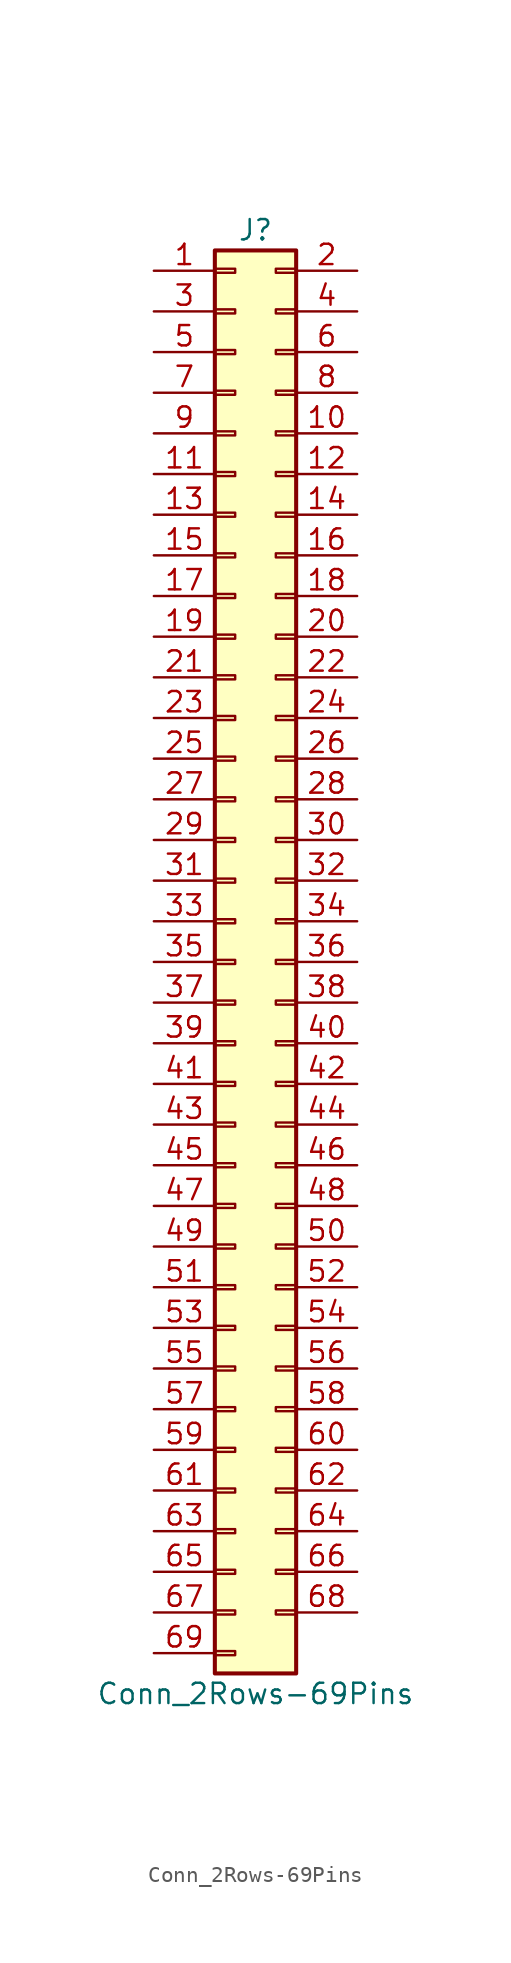
<source format=kicad_sym>
(kicad_symbol_lib
  (version 20211014)
  (generator kicad_symbol_editor)
  (symbol "Conn_2Rows-69Pins"
    (pin_names
      (offset 1.016) hide)
    (property "Reference" "J"
      (at 1.27 45.72 0)
      (effects (font (size 1.27 1.27))))
    (property "Value" "Conn_2Rows-69Pins"
      (at 1.27 -45.72 0)
      (effects (font (size 1.27 1.27))))
    (symbol "Conn_2Rows-69Pins_1_1"
      (rectangle (start -1.27 -43.053) (end 0 -43.307) (stroke (width 0.152) (type default) (color 0 0 0 0)) (fill (type none)))
      (rectangle (start -1.27 -40.513) (end 0 -40.767) (stroke (width 0.152) (type default) (color 0 0 0 0)) (fill (type none)))
      (rectangle (start -1.27 -37.973) (end 0 -38.227) (stroke (width 0.152) (type default) (color 0 0 0 0)) (fill (type none)))
      (rectangle (start -1.27 -35.433) (end 0 -35.687) (stroke (width 0.152) (type default) (color 0 0 0 0)) (fill (type none)))
      (rectangle (start -1.27 -32.893) (end 0 -33.147) (stroke (width 0.152) (type default) (color 0 0 0 0)) (fill (type none)))
      (rectangle (start -1.27 -30.353) (end 0 -30.607) (stroke (width 0.152) (type default) (color 0 0 0 0)) (fill (type none)))
      (rectangle (start -1.27 -27.813) (end 0 -28.067) (stroke (width 0.152) (type default) (color 0 0 0 0)) (fill (type none)))
      (rectangle (start -1.27 -25.273) (end 0 -25.527) (stroke (width 0.152) (type default) (color 0 0 0 0)) (fill (type none)))
      (rectangle (start -1.27 -22.733) (end 0 -22.987) (stroke (width 0.152) (type default) (color 0 0 0 0)) (fill (type none)))
      (rectangle (start -1.27 -20.193) (end 0 -20.447) (stroke (width 0.152) (type default) (color 0 0 0 0)) (fill (type none)))
      (rectangle (start -1.27 -17.653) (end 0 -17.907) (stroke (width 0.152) (type default) (color 0 0 0 0)) (fill (type none)))
      (rectangle (start -1.27 -15.113) (end 0 -15.367) (stroke (width 0.152) (type default) (color 0 0 0 0)) (fill (type none)))
      (rectangle (start -1.27 -12.573) (end 0 -12.827) (stroke (width 0.152) (type default) (color 0 0 0 0)) (fill (type none)))
      (rectangle (start -1.27 -10.033) (end 0 -10.287) (stroke (width 0.152) (type default) (color 0 0 0 0)) (fill (type none)))
      (rectangle (start -1.27 -7.493) (end 0 -7.747) (stroke (width 0.152) (type default) (color 0 0 0 0)) (fill (type none)))
      (rectangle (start -1.27 -4.953) (end 0 -5.207) (stroke (width 0.152) (type default) (color 0 0 0 0)) (fill (type none)))
      (rectangle (start -1.27 -2.413) (end 0 -2.667) (stroke (width 0.152) (type default) (color 0 0 0 0)) (fill (type none)))
      (rectangle (start -1.27 0.127) (end 0 -0.127) (stroke (width 0.152) (type default) (color 0 0 0 0)) (fill (type none)))
      (rectangle (start -1.27 2.667) (end 0 2.413) (stroke (width 0.152) (type default) (color 0 0 0 0)) (fill (type none)))
      (rectangle (start -1.27 5.207) (end 0 4.953) (stroke (width 0.152) (type default) (color 0 0 0 0)) (fill (type none)))
      (rectangle (start -1.27 7.747) (end 0 7.493) (stroke (width 0.152) (type default) (color 0 0 0 0)) (fill (type none)))
      (rectangle (start -1.27 10.287) (end 0 10.033) (stroke (width 0.152) (type default) (color 0 0 0 0)) (fill (type none)))
      (rectangle (start -1.27 12.827) (end 0 12.573) (stroke (width 0.152) (type default) (color 0 0 0 0)) (fill (type none)))
      (rectangle (start -1.27 15.367) (end 0 15.113) (stroke (width 0.152) (type default) (color 0 0 0 0)) (fill (type none)))
      (rectangle (start -1.27 17.907) (end 0 17.653) (stroke (width 0.152) (type default) (color 0 0 0 0)) (fill (type none)))
      (rectangle (start -1.27 20.447) (end 0 20.193) (stroke (width 0.152) (type default) (color 0 0 0 0)) (fill (type none)))
      (rectangle (start -1.27 22.987) (end 0 22.733) (stroke (width 0.152) (type default) (color 0 0 0 0)) (fill (type none)))
      (rectangle (start -1.27 25.527) (end 0 25.273) (stroke (width 0.152) (type default) (color 0 0 0 0)) (fill (type none)))
      (rectangle (start -1.27 28.067) (end 0 27.813) (stroke (width 0.152) (type default) (color 0 0 0 0)) (fill (type none)))
      (rectangle (start -1.27 30.607) (end 0 30.353) (stroke (width 0.152) (type default) (color 0 0 0 0)) (fill (type none)))
      (rectangle (start -1.27 33.147) (end 0 32.893) (stroke (width 0.152) (type default) (color 0 0 0 0)) (fill (type none)))
      (rectangle (start -1.27 35.687) (end 0 35.433) (stroke (width 0.152) (type default) (color 0 0 0 0)) (fill (type none)))
      (rectangle (start -1.27 38.227) (end 0 37.973) (stroke (width 0.152) (type default) (color 0 0 0 0)) (fill (type none)))
      (rectangle (start -1.27 40.767) (end 0 40.513) (stroke (width 0.152) (type default) (color 0 0 0 0)) (fill (type none)))
      (rectangle (start -1.27 43.307) (end 0 43.053) (stroke (width 0.152) (type default) (color 0 0 0 0)) (fill (type none)))
      (rectangle (start -1.27 44.45) (end 3.81 -44.45) (stroke (width 0.254) (type default) (color 0 0 0 0)) (fill (type background)))
      (rectangle (start 3.81 -40.513) (end 2.54 -40.767) (stroke (width 0.152) (type default) (color 0 0 0 0)) (fill (type none)))
      (rectangle (start 3.81 -37.973) (end 2.54 -38.227) (stroke (width 0.152) (type default) (color 0 0 0 0)) (fill (type none)))
      (rectangle (start 3.81 -35.433) (end 2.54 -35.687) (stroke (width 0.152) (type default) (color 0 0 0 0)) (fill (type none)))
      (rectangle (start 3.81 -32.893) (end 2.54 -33.147) (stroke (width 0.152) (type default) (color 0 0 0 0)) (fill (type none)))
      (rectangle (start 3.81 -30.353) (end 2.54 -30.607) (stroke (width 0.152) (type default) (color 0 0 0 0)) (fill (type none)))
      (rectangle (start 3.81 -27.813) (end 2.54 -28.067) (stroke (width 0.152) (type default) (color 0 0 0 0)) (fill (type none)))
      (rectangle (start 3.81 -25.273) (end 2.54 -25.527) (stroke (width 0.152) (type default) (color 0 0 0 0)) (fill (type none)))
      (rectangle (start 3.81 -22.733) (end 2.54 -22.987) (stroke (width 0.152) (type default) (color 0 0 0 0)) (fill (type none)))
      (rectangle (start 3.81 -20.193) (end 2.54 -20.447) (stroke (width 0.152) (type default) (color 0 0 0 0)) (fill (type none)))
      (rectangle (start 3.81 -17.653) (end 2.54 -17.907) (stroke (width 0.152) (type default) (color 0 0 0 0)) (fill (type none)))
      (rectangle (start 3.81 -15.113) (end 2.54 -15.367) (stroke (width 0.152) (type default) (color 0 0 0 0)) (fill (type none)))
      (rectangle (start 3.81 -12.573) (end 2.54 -12.827) (stroke (width 0.152) (type default) (color 0 0 0 0)) (fill (type none)))
      (rectangle (start 3.81 -10.033) (end 2.54 -10.287) (stroke (width 0.152) (type default) (color 0 0 0 0)) (fill (type none)))
      (rectangle (start 3.81 -7.493) (end 2.54 -7.747) (stroke (width 0.152) (type default) (color 0 0 0 0)) (fill (type none)))
      (rectangle (start 3.81 -4.953) (end 2.54 -5.207) (stroke (width 0.152) (type default) (color 0 0 0 0)) (fill (type none)))
      (rectangle (start 3.81 -2.413) (end 2.54 -2.667) (stroke (width 0.152) (type default) (color 0 0 0 0)) (fill (type none)))
      (rectangle (start 3.81 0.127) (end 2.54 -0.127) (stroke (width 0.152) (type default) (color 0 0 0 0)) (fill (type none)))
      (rectangle (start 3.81 2.667) (end 2.54 2.413) (stroke (width 0.152) (type default) (color 0 0 0 0)) (fill (type none)))
      (rectangle (start 3.81 5.207) (end 2.54 4.953) (stroke (width 0.152) (type default) (color 0 0 0 0)) (fill (type none)))
      (rectangle (start 3.81 7.747) (end 2.54 7.493) (stroke (width 0.152) (type default) (color 0 0 0 0)) (fill (type none)))
      (rectangle (start 3.81 10.287) (end 2.54 10.033) (stroke (width 0.152) (type default) (color 0 0 0 0)) (fill (type none)))
      (rectangle (start 3.81 12.827) (end 2.54 12.573) (stroke (width 0.152) (type default) (color 0 0 0 0)) (fill (type none)))
      (rectangle (start 3.81 15.367) (end 2.54 15.113) (stroke (width 0.152) (type default) (color 0 0 0 0)) (fill (type none)))
      (rectangle (start 3.81 17.907) (end 2.54 17.653) (stroke (width 0.152) (type default) (color 0 0 0 0)) (fill (type none)))
      (rectangle (start 3.81 20.447) (end 2.54 20.193) (stroke (width 0.152) (type default) (color 0 0 0 0)) (fill (type none)))
      (rectangle (start 3.81 22.987) (end 2.54 22.733) (stroke (width 0.152) (type default) (color 0 0 0 0)) (fill (type none)))
      (rectangle (start 3.81 25.527) (end 2.54 25.273) (stroke (width 0.152) (type default) (color 0 0 0 0)) (fill (type none)))
      (rectangle (start 3.81 28.067) (end 2.54 27.813) (stroke (width 0.152) (type default) (color 0 0 0 0)) (fill (type none)))
      (rectangle (start 3.81 30.607) (end 2.54 30.353) (stroke (width 0.152) (type default) (color 0 0 0 0)) (fill (type none)))
      (rectangle (start 3.81 33.147) (end 2.54 32.893) (stroke (width 0.152) (type default) (color 0 0 0 0)) (fill (type none)))
      (rectangle (start 3.81 35.687) (end 2.54 35.433) (stroke (width 0.152) (type default) (color 0 0 0 0)) (fill (type none)))
      (rectangle (start 3.81 38.227) (end 2.54 37.973) (stroke (width 0.152) (type default) (color 0 0 0 0)) (fill (type none)))
      (rectangle (start 3.81 40.767) (end 2.54 40.513) (stroke (width 0.152) (type default) (color 0 0 0 0)) (fill (type none)))
      (rectangle (start 3.81 43.307) (end 2.54 43.053) (stroke (width 0.152) (type default) (color 0 0 0 0)) (fill (type none)))
      (pin passive line (at -5.08 43.18 0) (length 3.81) (name "Pin_1" (effects (font (size 1.27 1.27)))) (number "1" (effects (font (size 1.27 1.27)))))
      (pin passive line (at 7.62 33.02 180) (length 3.81) (name "Pin_10" (effects (font (size 1.27 1.27)))) (number "10" (effects (font (size 1.27 1.27)))))
      (pin passive line (at -5.08 30.48 0) (length 3.81) (name "Pin_11" (effects (font (size 1.27 1.27)))) (number "11" (effects (font (size 1.27 1.27)))))
      (pin passive line (at 7.62 30.48 180) (length 3.81) (name "Pin_12" (effects (font (size 1.27 1.27)))) (number "12" (effects (font (size 1.27 1.27)))))
      (pin passive line (at -5.08 27.94 0) (length 3.81) (name "Pin_13" (effects (font (size 1.27 1.27)))) (number "13" (effects (font (size 1.27 1.27)))))
      (pin passive line (at 7.62 27.94 180) (length 3.81) (name "Pin_14" (effects (font (size 1.27 1.27)))) (number "14" (effects (font (size 1.27 1.27)))))
      (pin passive line (at -5.08 25.4 0) (length 3.81) (name "Pin_15" (effects (font (size 1.27 1.27)))) (number "15" (effects (font (size 1.27 1.27)))))
      (pin passive line (at 7.62 25.4 180) (length 3.81) (name "Pin_16" (effects (font (size 1.27 1.27)))) (number "16" (effects (font (size 1.27 1.27)))))
      (pin passive line (at -5.08 22.86 0) (length 3.81) (name "Pin_17" (effects (font (size 1.27 1.27)))) (number "17" (effects (font (size 1.27 1.27)))))
      (pin passive line (at 7.62 22.86 180) (length 3.81) (name "Pin_18" (effects (font (size 1.27 1.27)))) (number "18" (effects (font (size 1.27 1.27)))))
      (pin passive line (at -5.08 20.32 0) (length 3.81) (name "Pin_19" (effects (font (size 1.27 1.27)))) (number "19" (effects (font (size 1.27 1.27)))))
      (pin passive line (at 7.62 43.18 180) (length 3.81) (name "Pin_2" (effects (font (size 1.27 1.27)))) (number "2" (effects (font (size 1.27 1.27)))))
      (pin passive line (at 7.62 20.32 180) (length 3.81) (name "Pin_20" (effects (font (size 1.27 1.27)))) (number "20" (effects (font (size 1.27 1.27)))))
      (pin passive line (at -5.08 17.78 0) (length 3.81) (name "Pin_21" (effects (font (size 1.27 1.27)))) (number "21" (effects (font (size 1.27 1.27)))))
      (pin passive line (at 7.62 17.78 180) (length 3.81) (name "Pin_22" (effects (font (size 1.27 1.27)))) (number "22" (effects (font (size 1.27 1.27)))))
      (pin passive line (at -5.08 15.24 0) (length 3.81) (name "Pin_23" (effects (font (size 1.27 1.27)))) (number "23" (effects (font (size 1.27 1.27)))))
      (pin passive line (at 7.62 15.24 180) (length 3.81) (name "Pin_24" (effects (font (size 1.27 1.27)))) (number "24" (effects (font (size 1.27 1.27)))))
      (pin passive line (at -5.08 12.7 0) (length 3.81) (name "Pin_25" (effects (font (size 1.27 1.27)))) (number "25" (effects (font (size 1.27 1.27)))))
      (pin passive line (at 7.62 12.7 180) (length 3.81) (name "Pin_26" (effects (font (size 1.27 1.27)))) (number "26" (effects (font (size 1.27 1.27)))))
      (pin passive line (at -5.08 10.16 0) (length 3.81) (name "Pin_27" (effects (font (size 1.27 1.27)))) (number "27" (effects (font (size 1.27 1.27)))))
      (pin passive line (at 7.62 10.16 180) (length 3.81) (name "Pin_28" (effects (font (size 1.27 1.27)))) (number "28" (effects (font (size 1.27 1.27)))))
      (pin passive line (at -5.08 7.62 0) (length 3.81) (name "Pin_29" (effects (font (size 1.27 1.27)))) (number "29" (effects (font (size 1.27 1.27)))))
      (pin passive line (at -5.08 40.64 0) (length 3.81) (name "Pin_3" (effects (font (size 1.27 1.27)))) (number "3" (effects (font (size 1.27 1.27)))))
      (pin passive line (at 7.62 7.62 180) (length 3.81) (name "Pin_30" (effects (font (size 1.27 1.27)))) (number "30" (effects (font (size 1.27 1.27)))))
      (pin passive line (at -5.08 5.08 0) (length 3.81) (name "Pin_31" (effects (font (size 1.27 1.27)))) (number "31" (effects (font (size 1.27 1.27)))))
      (pin passive line (at 7.62 5.08 180) (length 3.81) (name "Pin_32" (effects (font (size 1.27 1.27)))) (number "32" (effects (font (size 1.27 1.27)))))
      (pin passive line (at -5.08 2.54 0) (length 3.81) (name "Pin_33" (effects (font (size 1.27 1.27)))) (number "33" (effects (font (size 1.27 1.27)))))
      (pin passive line (at 7.62 2.54 180) (length 3.81) (name "Pin_34" (effects (font (size 1.27 1.27)))) (number "34" (effects (font (size 1.27 1.27)))))
      (pin passive line (at -5.08 0 0) (length 3.81) (name "Pin_35" (effects (font (size 1.27 1.27)))) (number "35" (effects (font (size 1.27 1.27)))))
      (pin passive line (at 7.62 0 180) (length 3.81) (name "Pin_36" (effects (font (size 1.27 1.27)))) (number "36" (effects (font (size 1.27 1.27)))))
      (pin passive line (at -5.08 -2.54 0) (length 3.81) (name "Pin_37" (effects (font (size 1.27 1.27)))) (number "37" (effects (font (size 1.27 1.27)))))
      (pin passive line (at 7.62 -2.54 180) (length 3.81) (name "Pin_38" (effects (font (size 1.27 1.27)))) (number "38" (effects (font (size 1.27 1.27)))))
      (pin passive line (at -5.08 -5.08 0) (length 3.81) (name "Pin_39" (effects (font (size 1.27 1.27)))) (number "39" (effects (font (size 1.27 1.27)))))
      (pin passive line (at 7.62 40.64 180) (length 3.81) (name "Pin_4" (effects (font (size 1.27 1.27)))) (number "4" (effects (font (size 1.27 1.27)))))
      (pin passive line (at 7.62 -5.08 180) (length 3.81) (name "Pin_40" (effects (font (size 1.27 1.27)))) (number "40" (effects (font (size 1.27 1.27)))))
      (pin passive line (at -5.08 -7.62 0) (length 3.81) (name "Pin_41" (effects (font (size 1.27 1.27)))) (number "41" (effects (font (size 1.27 1.27)))))
      (pin passive line (at 7.62 -7.62 180) (length 3.81) (name "Pin_42" (effects (font (size 1.27 1.27)))) (number "42" (effects (font (size 1.27 1.27)))))
      (pin passive line (at -5.08 -10.16 0) (length 3.81) (name "Pin_43" (effects (font (size 1.27 1.27)))) (number "43" (effects (font (size 1.27 1.27)))))
      (pin passive line (at 7.62 -10.16 180) (length 3.81) (name "Pin_44" (effects (font (size 1.27 1.27)))) (number "44" (effects (font (size 1.27 1.27)))))
      (pin passive line (at -5.08 -12.7 0) (length 3.81) (name "Pin_45" (effects (font (size 1.27 1.27)))) (number "45" (effects (font (size 1.27 1.27)))))
      (pin passive line (at 7.62 -12.7 180) (length 3.81) (name "Pin_46" (effects (font (size 1.27 1.27)))) (number "46" (effects (font (size 1.27 1.27)))))
      (pin passive line (at -5.08 -15.24 0) (length 3.81) (name "Pin_47" (effects (font (size 1.27 1.27)))) (number "47" (effects (font (size 1.27 1.27)))))
      (pin passive line (at 7.62 -15.24 180) (length 3.81) (name "Pin_48" (effects (font (size 1.27 1.27)))) (number "48" (effects (font (size 1.27 1.27)))))
      (pin passive line (at -5.08 -17.78 0) (length 3.81) (name "Pin_49" (effects (font (size 1.27 1.27)))) (number "49" (effects (font (size 1.27 1.27)))))
      (pin passive line (at -5.08 38.1 0) (length 3.81) (name "Pin_5" (effects (font (size 1.27 1.27)))) (number "5" (effects (font (size 1.27 1.27)))))
      (pin passive line (at 7.62 -17.78 180) (length 3.81) (name "Pin_50" (effects (font (size 1.27 1.27)))) (number "50" (effects (font (size 1.27 1.27)))))
      (pin passive line (at -5.08 -20.32 0) (length 3.81) (name "Pin_51" (effects (font (size 1.27 1.27)))) (number "51" (effects (font (size 1.27 1.27)))))
      (pin passive line (at 7.62 -20.32 180) (length 3.81) (name "Pin_52" (effects (font (size 1.27 1.27)))) (number "52" (effects (font (size 1.27 1.27)))))
      (pin passive line (at -5.08 -22.86 0) (length 3.81) (name "Pin_53" (effects (font (size 1.27 1.27)))) (number "53" (effects (font (size 1.27 1.27)))))
      (pin passive line (at 7.62 -22.86 180) (length 3.81) (name "Pin_54" (effects (font (size 1.27 1.27)))) (number "54" (effects (font (size 1.27 1.27)))))
      (pin passive line (at -5.08 -25.4 0) (length 3.81) (name "Pin_55" (effects (font (size 1.27 1.27)))) (number "55" (effects (font (size 1.27 1.27)))))
      (pin passive line (at 7.62 -25.4 180) (length 3.81) (name "Pin_56" (effects (font (size 1.27 1.27)))) (number "56" (effects (font (size 1.27 1.27)))))
      (pin passive line (at -5.08 -27.94 0) (length 3.81) (name "Pin_57" (effects (font (size 1.27 1.27)))) (number "57" (effects (font (size 1.27 1.27)))))
      (pin passive line (at 7.62 -27.94 180) (length 3.81) (name "Pin_58" (effects (font (size 1.27 1.27)))) (number "58" (effects (font (size 1.27 1.27)))))
      (pin passive line (at -5.08 -30.48 0) (length 3.81) (name "Pin_59" (effects (font (size 1.27 1.27)))) (number "59" (effects (font (size 1.27 1.27)))))
      (pin passive line (at 7.62 38.1 180) (length 3.81) (name "Pin_6" (effects (font (size 1.27 1.27)))) (number "6" (effects (font (size 1.27 1.27)))))
      (pin passive line (at 7.62 -30.48 180) (length 3.81) (name "Pin_60" (effects (font (size 1.27 1.27)))) (number "60" (effects (font (size 1.27 1.27)))))
      (pin passive line (at -5.08 -33.02 0) (length 3.81) (name "Pin_61" (effects (font (size 1.27 1.27)))) (number "61" (effects (font (size 1.27 1.27)))))
      (pin passive line (at 7.62 -33.02 180) (length 3.81) (name "Pin_62" (effects (font (size 1.27 1.27)))) (number "62" (effects (font (size 1.27 1.27)))))
      (pin passive line (at -5.08 -35.56 0) (length 3.81) (name "Pin_63" (effects (font (size 1.27 1.27)))) (number "63" (effects (font (size 1.27 1.27)))))
      (pin passive line (at 7.62 -35.56 180) (length 3.81) (name "Pin_64" (effects (font (size 1.27 1.27)))) (number "64" (effects (font (size 1.27 1.27)))))
      (pin passive line (at -5.08 -38.1 0) (length 3.81) (name "Pin_65" (effects (font (size 1.27 1.27)))) (number "65" (effects (font (size 1.27 1.27)))))
      (pin passive line (at 7.62 -38.1 180) (length 3.81) (name "Pin_66" (effects (font (size 1.27 1.27)))) (number "66" (effects (font (size 1.27 1.27)))))
      (pin passive line (at -5.08 -40.64 0) (length 3.81) (name "Pin_67" (effects (font (size 1.27 1.27)))) (number "67" (effects (font (size 1.27 1.27)))))
      (pin passive line (at 7.62 -40.64 180) (length 3.81) (name "Pin_68" (effects (font (size 1.27 1.27)))) (number "68" (effects (font (size 1.27 1.27)))))
      (pin passive line (at -5.08 -43.18 0) (length 3.81) (name "Pin_69" (effects (font (size 1.27 1.27)))) (number "69" (effects (font (size 1.27 1.27)))))
      (pin passive line (at -5.08 35.56 0) (length 3.81) (name "Pin_7" (effects (font (size 1.27 1.27)))) (number "7" (effects (font (size 1.27 1.27)))))
      (pin passive line (at 7.62 35.56 180) (length 3.81) (name "Pin_8" (effects (font (size 1.27 1.27)))) (number "8" (effects (font (size 1.27 1.27)))))
      (pin passive line (at -5.08 33.02 0) (length 3.81) (name "Pin_9" (effects (font (size 1.27 1.27)))) (number "9" (effects (font (size 1.27 1.27))))))))
</source>
